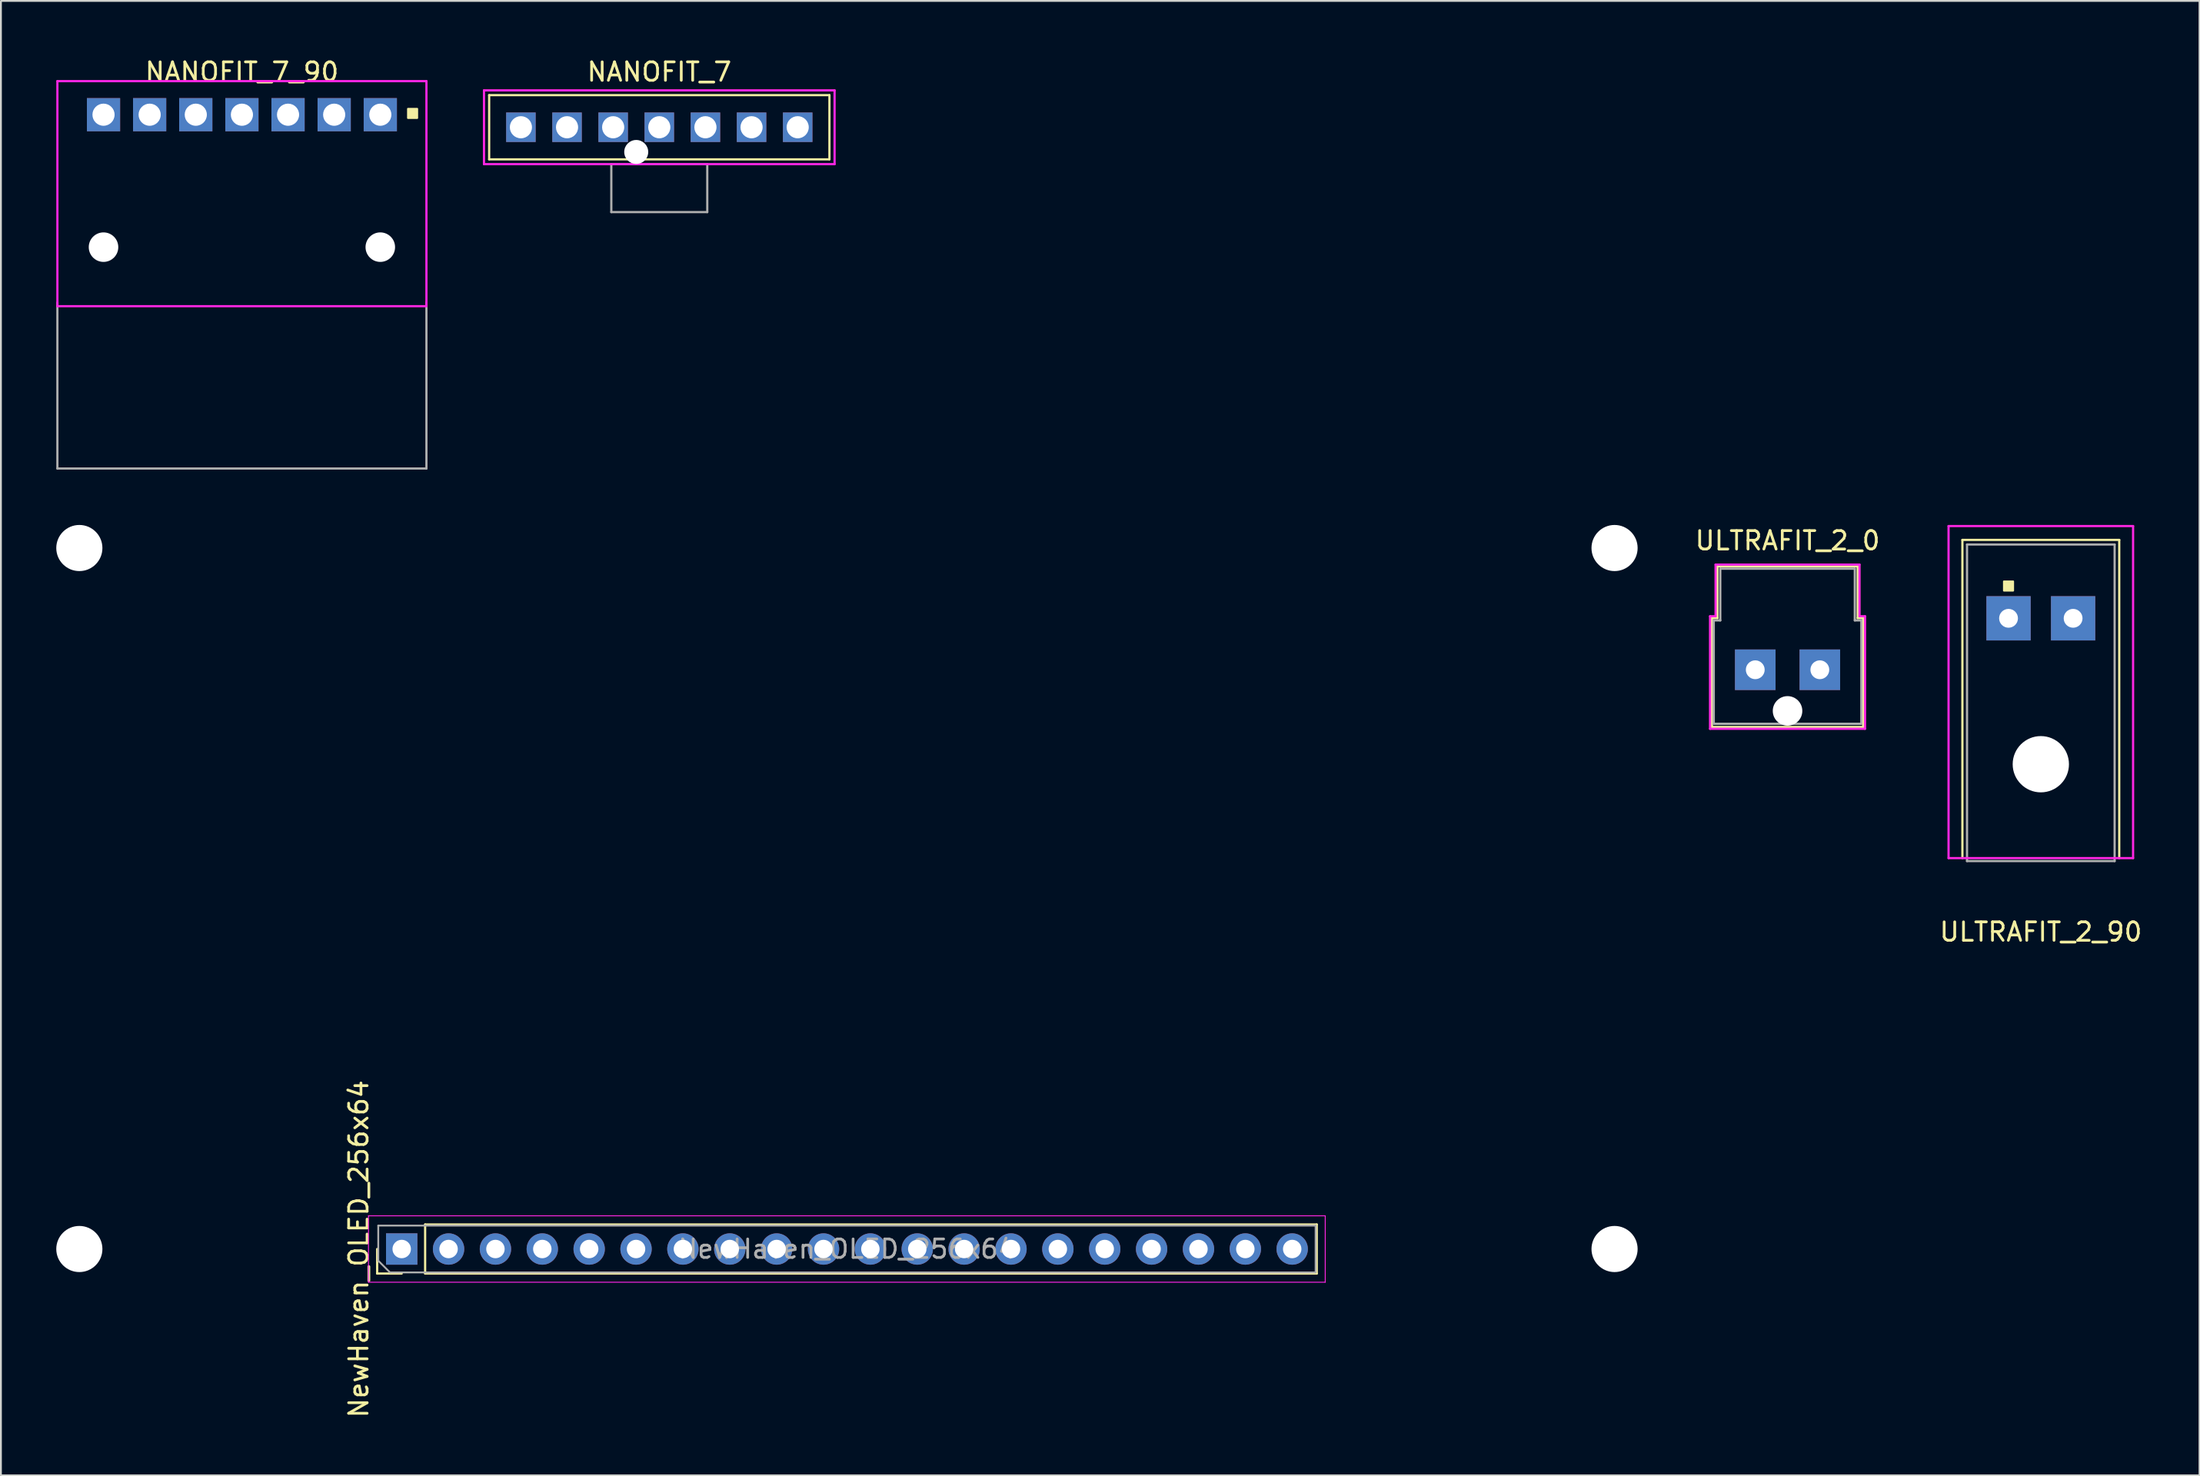
<source format=kicad_pcb>
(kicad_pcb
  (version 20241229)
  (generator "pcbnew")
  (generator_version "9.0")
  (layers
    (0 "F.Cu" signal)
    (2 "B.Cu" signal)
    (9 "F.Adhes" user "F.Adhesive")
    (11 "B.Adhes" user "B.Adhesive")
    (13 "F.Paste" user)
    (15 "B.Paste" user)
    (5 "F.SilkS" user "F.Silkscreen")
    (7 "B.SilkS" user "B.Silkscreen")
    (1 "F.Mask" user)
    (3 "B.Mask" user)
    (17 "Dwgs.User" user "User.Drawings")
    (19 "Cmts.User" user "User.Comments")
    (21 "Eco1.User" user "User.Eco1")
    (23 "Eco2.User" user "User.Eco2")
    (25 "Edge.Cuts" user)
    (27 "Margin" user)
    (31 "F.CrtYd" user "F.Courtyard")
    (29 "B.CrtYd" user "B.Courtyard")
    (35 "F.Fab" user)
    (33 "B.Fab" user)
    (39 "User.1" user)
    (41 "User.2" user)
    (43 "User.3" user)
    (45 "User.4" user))
  (footprint "ULTRAFIT_2_0"
    (layer "F.Cu")
    (at 93.825 33.257)
    (property "Reference" "ULTRAFIT_2_0" (at 0 -7 0) (layer "F.SilkS") (effects (font (size 1 1) (thickness 0.15))))
    (attr through_hole)
    (fp_line (start -4.1 -2.8) (end -3.8 -2.8) (stroke (width 0.12) (type solid)) (layer "F.SilkS"))
    (fp_line (start -4.1 3.1) (end -4.1 -2.8) (stroke (width 0.12) (type solid)) (layer "F.SilkS"))
    (fp_line (start -3.8 -5.6) (end 3.8 -5.6) (stroke (width 0.12) (type solid)) (layer "F.SilkS"))
    (fp_line (start -3.8 -2.8) (end -3.8 -5.6) (stroke (width 0.12) (type solid)) (layer "F.SilkS"))
    (fp_line (start 3.8 -5.6) (end 3.8 -2.8) (stroke (width 0.12) (type solid)) (layer "F.SilkS"))
    (fp_line (start 3.8 -2.8) (end 4.1 -2.8) (stroke (width 0.12) (type solid)) (layer "F.SilkS"))
    (fp_line (start 4.1 -2.8) (end 4.1 3.1) (stroke (width 0.12) (type solid)) (layer "F.SilkS"))
    (fp_line (start 4.1 3.1) (end -4.1 3.1) (stroke (width 0.12) (type solid)) (layer "F.SilkS"))
    (fp_line (start -4.2 -2.9) (end -3.9 -2.9) (stroke (width 0.12) (type solid)) (layer "F.CrtYd"))
    (fp_line (start -4.2 3.2) (end -4.2 -2.9) (stroke (width 0.12) (type solid)) (layer "F.CrtYd"))
    (fp_line (start -3.9 -5.7) (end 3.9 -5.7) (stroke (width 0.12) (type solid)) (layer "F.CrtYd"))
    (fp_line (start -3.9 -2.9) (end -3.9 -5.7) (stroke (width 0.12) (type solid)) (layer "F.CrtYd"))
    (fp_line (start 3.9 -5.7) (end 3.9 -2.9) (stroke (width 0.12) (type solid)) (layer "F.CrtYd"))
    (fp_line (start 3.9 -2.9) (end 4.2 -2.9) (stroke (width 0.12) (type solid)) (layer "F.CrtYd"))
    (fp_line (start 4.2 -2.9) (end 4.2 3.2) (stroke (width 0.12) (type solid)) (layer "F.CrtYd"))
    (fp_line (start 4.2 3.2) (end -4.2 3.2) (stroke (width 0.12) (type solid)) (layer "F.CrtYd"))
    (fp_line (start -4 -2.675) (end -4 2.93) (stroke (width 0.12) (type solid)) (layer "F.Fab"))
    (fp_line (start -4 -2.675) (end -3.645 -2.675) (stroke (width 0.12) (type solid)) (layer "F.Fab"))
    (fp_line (start -4 2.93) (end 4 2.93) (stroke (width 0.12) (type solid)) (layer "F.Fab"))
    (fp_line (start -3.645 -5.48) (end 3.645 -5.48) (stroke (width 0.12) (type solid)) (layer "F.Fab"))
    (fp_line (start -3.645 -2.675) (end -3.645 -5.48) (stroke (width 0.12) (type solid)) (layer "F.Fab"))
    (fp_line (start 3.645 -5.48) (end 3.645 -2.675) (stroke (width 0.12) (type solid)) (layer "F.Fab"))
    (fp_line (start 3.645 -2.675) (end 4 -2.675) (stroke (width 0.12) (type solid)) (layer "F.Fab"))
    (fp_line (start 4 -2.675) (end 4 2.93) (stroke (width 0.12) (type solid)) (layer "F.Fab"))
    (pad "" np_thru_hole circle (at 0 2.23) (size 1.6 1.6) (drill 1.6) (layers "*.Cu" "*.Mask"))
    (pad "1" thru_hole rect (at -1.75 0) (size 2.2 2.2) (drill 1.02) (layers "*.Cu" "*.Mask"))
    (pad "2" thru_hole rect (at 1.75 0) (size 2.2 2.2) (drill 1.02) (layers "*.Cu" "*.Mask")))
  (footprint "NewHaven_OLED_256x64"
    (layer "F.Cu")
    (at 42.85 64.658)
    (property "Reference" "NewHaven_OLED_256x64" (at -26.46 0 90) (layer "F.SilkS") (effects (font (size 1 1) (thickness 0.15))))
    (attr through_hole)
    (fp_line (start -25.46 1.33) (end -25.46 0) (stroke (width 0.12) (type solid)) (layer "F.SilkS"))
    (fp_line (start -24.13 1.33) (end -25.46 1.33) (stroke (width 0.12) (type solid)) (layer "F.SilkS"))
    (fp_line (start -22.86 -1.33) (end 25.46 -1.33) (stroke (width 0.12) (type solid)) (layer "F.SilkS"))
    (fp_line (start -22.86 1.33) (end -22.86 -1.33) (stroke (width 0.12) (type solid)) (layer "F.SilkS"))
    (fp_line (start -22.86 1.33) (end 25.46 1.33) (stroke (width 0.12) (type solid)) (layer "F.SilkS"))
    (fp_line (start 25.46 1.33) (end 25.46 -1.33) (stroke (width 0.12) (type solid)) (layer "F.SilkS"))
    (fp_line (start -25.93 -1.8) (end -25.93 1.8) (stroke (width 0.05) (type solid)) (layer "F.CrtYd"))
    (fp_line (start -25.93 1.8) (end 25.92 1.8) (stroke (width 0.05) (type solid)) (layer "F.CrtYd"))
    (fp_line (start 25.92 -1.8) (end -25.93 -1.8) (stroke (width 0.05) (type solid)) (layer "F.CrtYd"))
    (fp_line (start 25.92 1.8) (end 25.92 -1.8) (stroke (width 0.05) (type solid)) (layer "F.CrtYd"))
    (fp_line (start -25.4 -1.27) (end 25.4 -1.27) (stroke (width 0.1) (type solid)) (layer "F.Fab"))
    (fp_line (start -25.4 0.635) (end -25.4 -1.27) (stroke (width 0.1) (type solid)) (layer "F.Fab"))
    (fp_line (start -24.765 1.27) (end -25.4 0.635) (stroke (width 0.1) (type solid)) (layer "F.Fab"))
    (fp_line (start 25.4 -1.27) (end 25.4 1.27) (stroke (width 0.1) (type solid)) (layer "F.Fab"))
    (fp_line (start 25.4 1.27) (end -24.765 1.27) (stroke (width 0.1) (type solid)) (layer "F.Fab"))
    (fp_text user "${REFERENCE}" (at 0 0 180) (layer "F.Fab") (effects (font (size 1 1) (thickness 0.15))))
    (pad "" np_thru_hole circle (at -41.6 -38) (size 2.5 2.5) (drill 2.5) (layers "*.Cu" "*.Mask"))
    (pad "" np_thru_hole circle (at -41.6 0) (size 2.5 2.5) (drill 2.5) (layers "*.Cu" "*.Mask"))
    (pad "" np_thru_hole circle (at 41.6 -38) (size 2.5 2.5) (drill 2.5) (layers "*.Cu" "*.Mask"))
    (pad "" np_thru_hole circle (at 41.6 0) (size 2.5 2.5) (drill 2.5) (layers "*.Cu" "*.Mask"))
    (pad "1" thru_hole rect (at -24.13 0 90) (size 1.7 1.7) (drill 1) (layers "*.Cu" "*.Mask"))
    (pad "2" thru_hole oval (at -21.59 0 90) (size 1.7 1.7) (drill 1) (layers "*.Cu" "*.Mask"))
    (pad "3" thru_hole oval (at -19.05 0 90) (size 1.7 1.7) (drill 1) (layers "*.Cu" "*.Mask"))
    (pad "4" thru_hole oval (at -16.51 0 90) (size 1.7 1.7) (drill 1) (layers "*.Cu" "*.Mask"))
    (pad "5" thru_hole oval (at -13.97 0 90) (size 1.7 1.7) (drill 1) (layers "*.Cu" "*.Mask"))
    (pad "6" thru_hole oval (at -11.43 0 90) (size 1.7 1.7) (drill 1) (layers "*.Cu" "*.Mask"))
    (pad "7" thru_hole oval (at -8.89 0 90) (size 1.7 1.7) (drill 1) (layers "*.Cu" "*.Mask"))
    (pad "8" thru_hole oval (at -6.35 0 90) (size 1.7 1.7) (drill 1) (layers "*.Cu" "*.Mask"))
    (pad "9" thru_hole oval (at -3.81 0 90) (size 1.7 1.7) (drill 1) (layers "*.Cu" "*.Mask"))
    (pad "10" thru_hole oval (at -1.27 0 90) (size 1.7 1.7) (drill 1) (layers "*.Cu" "*.Mask"))
    (pad "11" thru_hole oval (at 1.27 0 90) (size 1.7 1.7) (drill 1) (layers "*.Cu" "*.Mask"))
    (pad "12" thru_hole oval (at 3.81 0 90) (size 1.7 1.7) (drill 1) (layers "*.Cu" "*.Mask"))
    (pad "13" thru_hole oval (at 6.35 0 90) (size 1.7 1.7) (drill 1) (layers "*.Cu" "*.Mask"))
    (pad "14" thru_hole oval (at 8.89 0 90) (size 1.7 1.7) (drill 1) (layers "*.Cu" "*.Mask"))
    (pad "15" thru_hole oval (at 11.43 0 90) (size 1.7 1.7) (drill 1) (layers "*.Cu" "*.Mask"))
    (pad "16" thru_hole oval (at 13.97 0 90) (size 1.7 1.7) (drill 1) (layers "*.Cu" "*.Mask"))
    (pad "17" thru_hole oval (at 16.51 0 90) (size 1.7 1.7) (drill 1) (layers "*.Cu" "*.Mask"))
    (pad "18" thru_hole oval (at 19.05 0 90) (size 1.7 1.7) (drill 1) (layers "*.Cu" "*.Mask"))
    (pad "19" thru_hole oval (at 21.59 0 90) (size 1.7 1.7) (drill 1) (layers "*.Cu" "*.Mask"))
    (pad "20" thru_hole oval (at 24.13 0 90) (size 1.7 1.7) (drill 1) (layers "*.Cu" "*.Mask")))
  (footprint "NANOFIT_7_90"
    (layer "F.Cu")
    (at 10.06 10.348)
    (property "Reference" "NANOFIT_7_90" (at 0 -9.5 0) (layer "F.SilkS") (effects (font (size 1 1) (thickness 0.15))))
    (attr through_hole)
    (fp_poly (pts (xy 9.5 -7) (xy 9 -7) (xy 9 -7.5) (xy 9.5 -7.5)) (stroke (width 0.1) (type solid)) (fill yes) (layer "F.SilkS"))
    (fp_line (start -9.22 -5.26) (end -9.22 3.2) (stroke (width 0.12) (type solid)) (layer "B.Paste"))
    (fp_line (start -9.22 -5.26) (end -7.82 -5.26) (stroke (width 0.12) (type solid)) (layer "B.Paste"))
    (fp_line (start 9.22 -5.26) (end 7.82 -5.26) (stroke (width 0.12) (type solid)) (layer "B.Paste"))
    (fp_line (start 9.22 -5.26) (end 9.22 3.2) (stroke (width 0.12) (type solid)) (layer "B.Paste"))
    (fp_line (start -10 -9) (end -10 3.2) (stroke (width 0.12) (type solid)) (layer "F.CrtYd"))
    (fp_line (start -10 3.2) (end 10 3.2) (stroke (width 0.12) (type solid)) (layer "F.CrtYd"))
    (fp_line (start 10 -9) (end -10 -9) (stroke (width 0.12) (type solid)) (layer "F.CrtYd"))
    (fp_line (start 10 3) (end 10 -9) (stroke (width 0.12) (type solid)) (layer "F.CrtYd"))
    (fp_line (start 10 3.2) (end 10 3) (stroke (width 0.12) (type solid)) (layer "F.CrtYd"))
    (fp_line (start -10 12) (end -10 3) (stroke (width 0.12) (type solid)) (layer "F.Fab"))
    (fp_line (start -10 12) (end 10 12) (stroke (width 0.12) (type solid)) (layer "F.Fab"))
    (fp_line (start 10 12) (end 10 3) (stroke (width 0.12) (type solid)) (layer "F.Fab"))
    (pad "" np_thru_hole circle (at -7.5 0) (size 1.6 1.6) (drill 1.6) (layers "*.Cu" "*.Mask"))
    (pad "" np_thru_hole circle (at 7.5 0) (size 1.6 1.6) (drill 1.6) (layers "*.Cu" "*.Mask"))
    (pad "1" thru_hole rect (at 7.5 -7.18) (size 1.8 1.8) (drill 1.2) (layers "*.Cu" "*.Mask"))
    (pad "2" thru_hole trapezoid (at 5 -7.18) (size 1.8 1.8) (drill 1.2) (layers "*.Cu" "*.Mask"))
    (pad "3" thru_hole rect (at 2.5 -7.18) (size 1.8 1.8) (drill 1.2) (layers "*.Cu" "*.Mask"))
    (pad "4" thru_hole rect (at 0 -7.18) (size 1.8 1.8) (drill 1.2) (layers "*.Cu" "*.Mask"))
    (pad "5" thru_hole rect (at -2.5 -7.18) (size 1.8 1.8) (drill 1.2) (layers "*.Cu" "*.Mask"))
    (pad "6" thru_hole rect (at -5 -7.18) (size 1.8 1.8) (drill 1.2) (layers "*.Cu" "*.Mask"))
    (pad "7" thru_hole rect (at -7.5 -7.18) (size 1.8 1.8) (drill 1.2) (layers "*.Cu" "*.Mask")))
  (footprint "ULTRAFIT_2_90"
    (layer "F.Cu")
    (at 107.551 30.468)
    (property "Reference" "ULTRAFIT_2_90" (at 0 17 0) (layer "F.SilkS") (effects (font (size 1 1) (thickness 0.15))))
    (attr through_hole)
    (fp_line (start -4.25 -4.25) (end 4.25 -4.25) (stroke (width 0.12) (type solid)) (layer "F.SilkS"))
    (fp_line (start -4.25 13) (end -4.25 -4.25) (stroke (width 0.12) (type solid)) (layer "F.SilkS"))
    (fp_line (start 4.25 -4.25) (end 4.25 13) (stroke (width 0.12) (type solid)) (layer "F.SilkS"))
    (fp_poly (pts (xy -1.5 -1.5) (xy -2 -1.5) (xy -2 -2) (xy -1.5 -2)) (stroke (width 0.1) (type solid)) (fill yes) (layer "F.SilkS"))
    (fp_line (start -5 -5) (end 5 -5) (stroke (width 0.12) (type solid)) (layer "F.CrtYd"))
    (fp_line (start -5 13) (end -5 -5) (stroke (width 0.12) (type solid)) (layer "F.CrtYd"))
    (fp_line (start 5 -5) (end 5 13) (stroke (width 0.12) (type solid)) (layer "F.CrtYd"))
    (fp_line (start 5 13) (end -5 13) (stroke (width 0.12) (type solid)) (layer "F.CrtYd"))
    (fp_line (start -4 -4) (end -4 13.16) (stroke (width 0.12) (type solid)) (layer "F.Fab"))
    (fp_line (start -4 13.16) (end 4 13.16) (stroke (width 0.12) (type solid)) (layer "F.Fab"))
    (fp_line (start 4 -4) (end -4 -4) (stroke (width 0.12) (type solid)) (layer "F.Fab"))
    (fp_line (start 4 13.16) (end 4 -4) (stroke (width 0.12) (type solid)) (layer "F.Fab"))
    (pad "" np_thru_hole circle (at 0 7.91) (size 3.05 3.05) (drill 3.05) (layers "*.Cu" "*.Mask"))
    (pad "1" thru_hole rect (at -1.75 0) (size 2.4 2.4) (drill 1.02) (layers "*.Cu" "*.Mask"))
    (pad "2" thru_hole rect (at 1.75 0) (size 2.4 2.4) (drill 1.02) (layers "*.Cu" "*.Mask")))
  (footprint "NANOFIT_7"
    (layer "F.Cu")
    (at 32.68 3.848)
    (property "Reference" "NANOFIT_7" (at 0 -3 0) (layer "F.SilkS") (effects (font (size 1 1) (thickness 0.15))))
    (attr through_hole)
    (fp_line (start -9.22 -1.74) (end -9.22 1.74) (stroke (width 0.12) (type solid)) (layer "F.SilkS"))
    (fp_line (start -9.22 -1.74) (end 9.22 -1.74) (stroke (width 0.12) (type solid)) (layer "F.SilkS"))
    (fp_line (start 9.22 1.74) (end -9.22 1.74) (stroke (width 0.12) (type solid)) (layer "F.SilkS"))
    (fp_line (start 9.22 1.74) (end 9.22 -1.74) (stroke (width 0.12) (type solid)) (layer "F.SilkS"))
    (fp_line (start -9.5 -2) (end 9.5 -2) (stroke (width 0.12) (type solid)) (layer "F.CrtYd"))
    (fp_line (start -9.5 2) (end -9.5 -2) (stroke (width 0.12) (type solid)) (layer "F.CrtYd"))
    (fp_line (start 9.5 -2) (end 9.5 2) (stroke (width 0.12) (type solid)) (layer "F.CrtYd"))
    (fp_line (start 9.5 2) (end -9.5 2) (stroke (width 0.12) (type solid)) (layer "F.CrtYd"))
    (fp_line (start -2.6 2) (end 2.5 2) (stroke (width 0.12) (type solid)) (layer "F.Fab"))
    (fp_line (start -2.6 4.6) (end -2.6 2) (stroke (width 0.12) (type solid)) (layer "F.Fab"))
    (fp_line (start -2.6 4.6) (end 2.6 4.6) (stroke (width 0.12) (type solid)) (layer "F.Fab"))
    (fp_line (start 2.6 2) (end 2.5 2) (stroke (width 0.12) (type solid)) (layer "F.Fab"))
    (fp_line (start 2.6 4.6) (end 2.6 2) (stroke (width 0.12) (type solid)) (layer "F.Fab"))
    (pad "" np_thru_hole circle (at -1.25 1.34 180) (size 1.3 1.3) (drill 1.3) (layers "*.Cu" "*.Mask"))
    (pad "1" thru_hole rect (at -7.5 0 180) (size 1.6 1.6) (drill 1.2) (layers "*.Cu" "*.Mask"))
    (pad "2" thru_hole trapezoid (at -5 0 180) (size 1.6 1.6) (drill 1.2) (layers "*.Cu" "*.Mask"))
    (pad "3" thru_hole rect (at -2.5 0 180) (size 1.6 1.6) (drill 1.2) (layers "*.Cu" "*.Mask"))
    (pad "4" thru_hole rect (at 0 0 180) (size 1.6 1.6) (drill 1.2) (layers "*.Cu" "*.Mask"))
    (pad "5" thru_hole rect (at 2.5 0 180) (size 1.6 1.6) (drill 1.2) (layers "*.Cu" "*.Mask"))
    (pad "6" thru_hole rect (at 5 0 180) (size 1.6 1.6) (drill 1.2) (layers "*.Cu" "*.Mask"))
    (pad "7" thru_hole rect (at 7.5 0 180) (size 1.6 1.6) (drill 1.2) (layers "*.Cu" "*.Mask")))
  (gr_rect
    (start -3 -3)
    (end 116.152 76.926)
    (stroke (width 0.1) (type default))
    (fill no)
    (layer "Edge.Cuts")))
</source>
